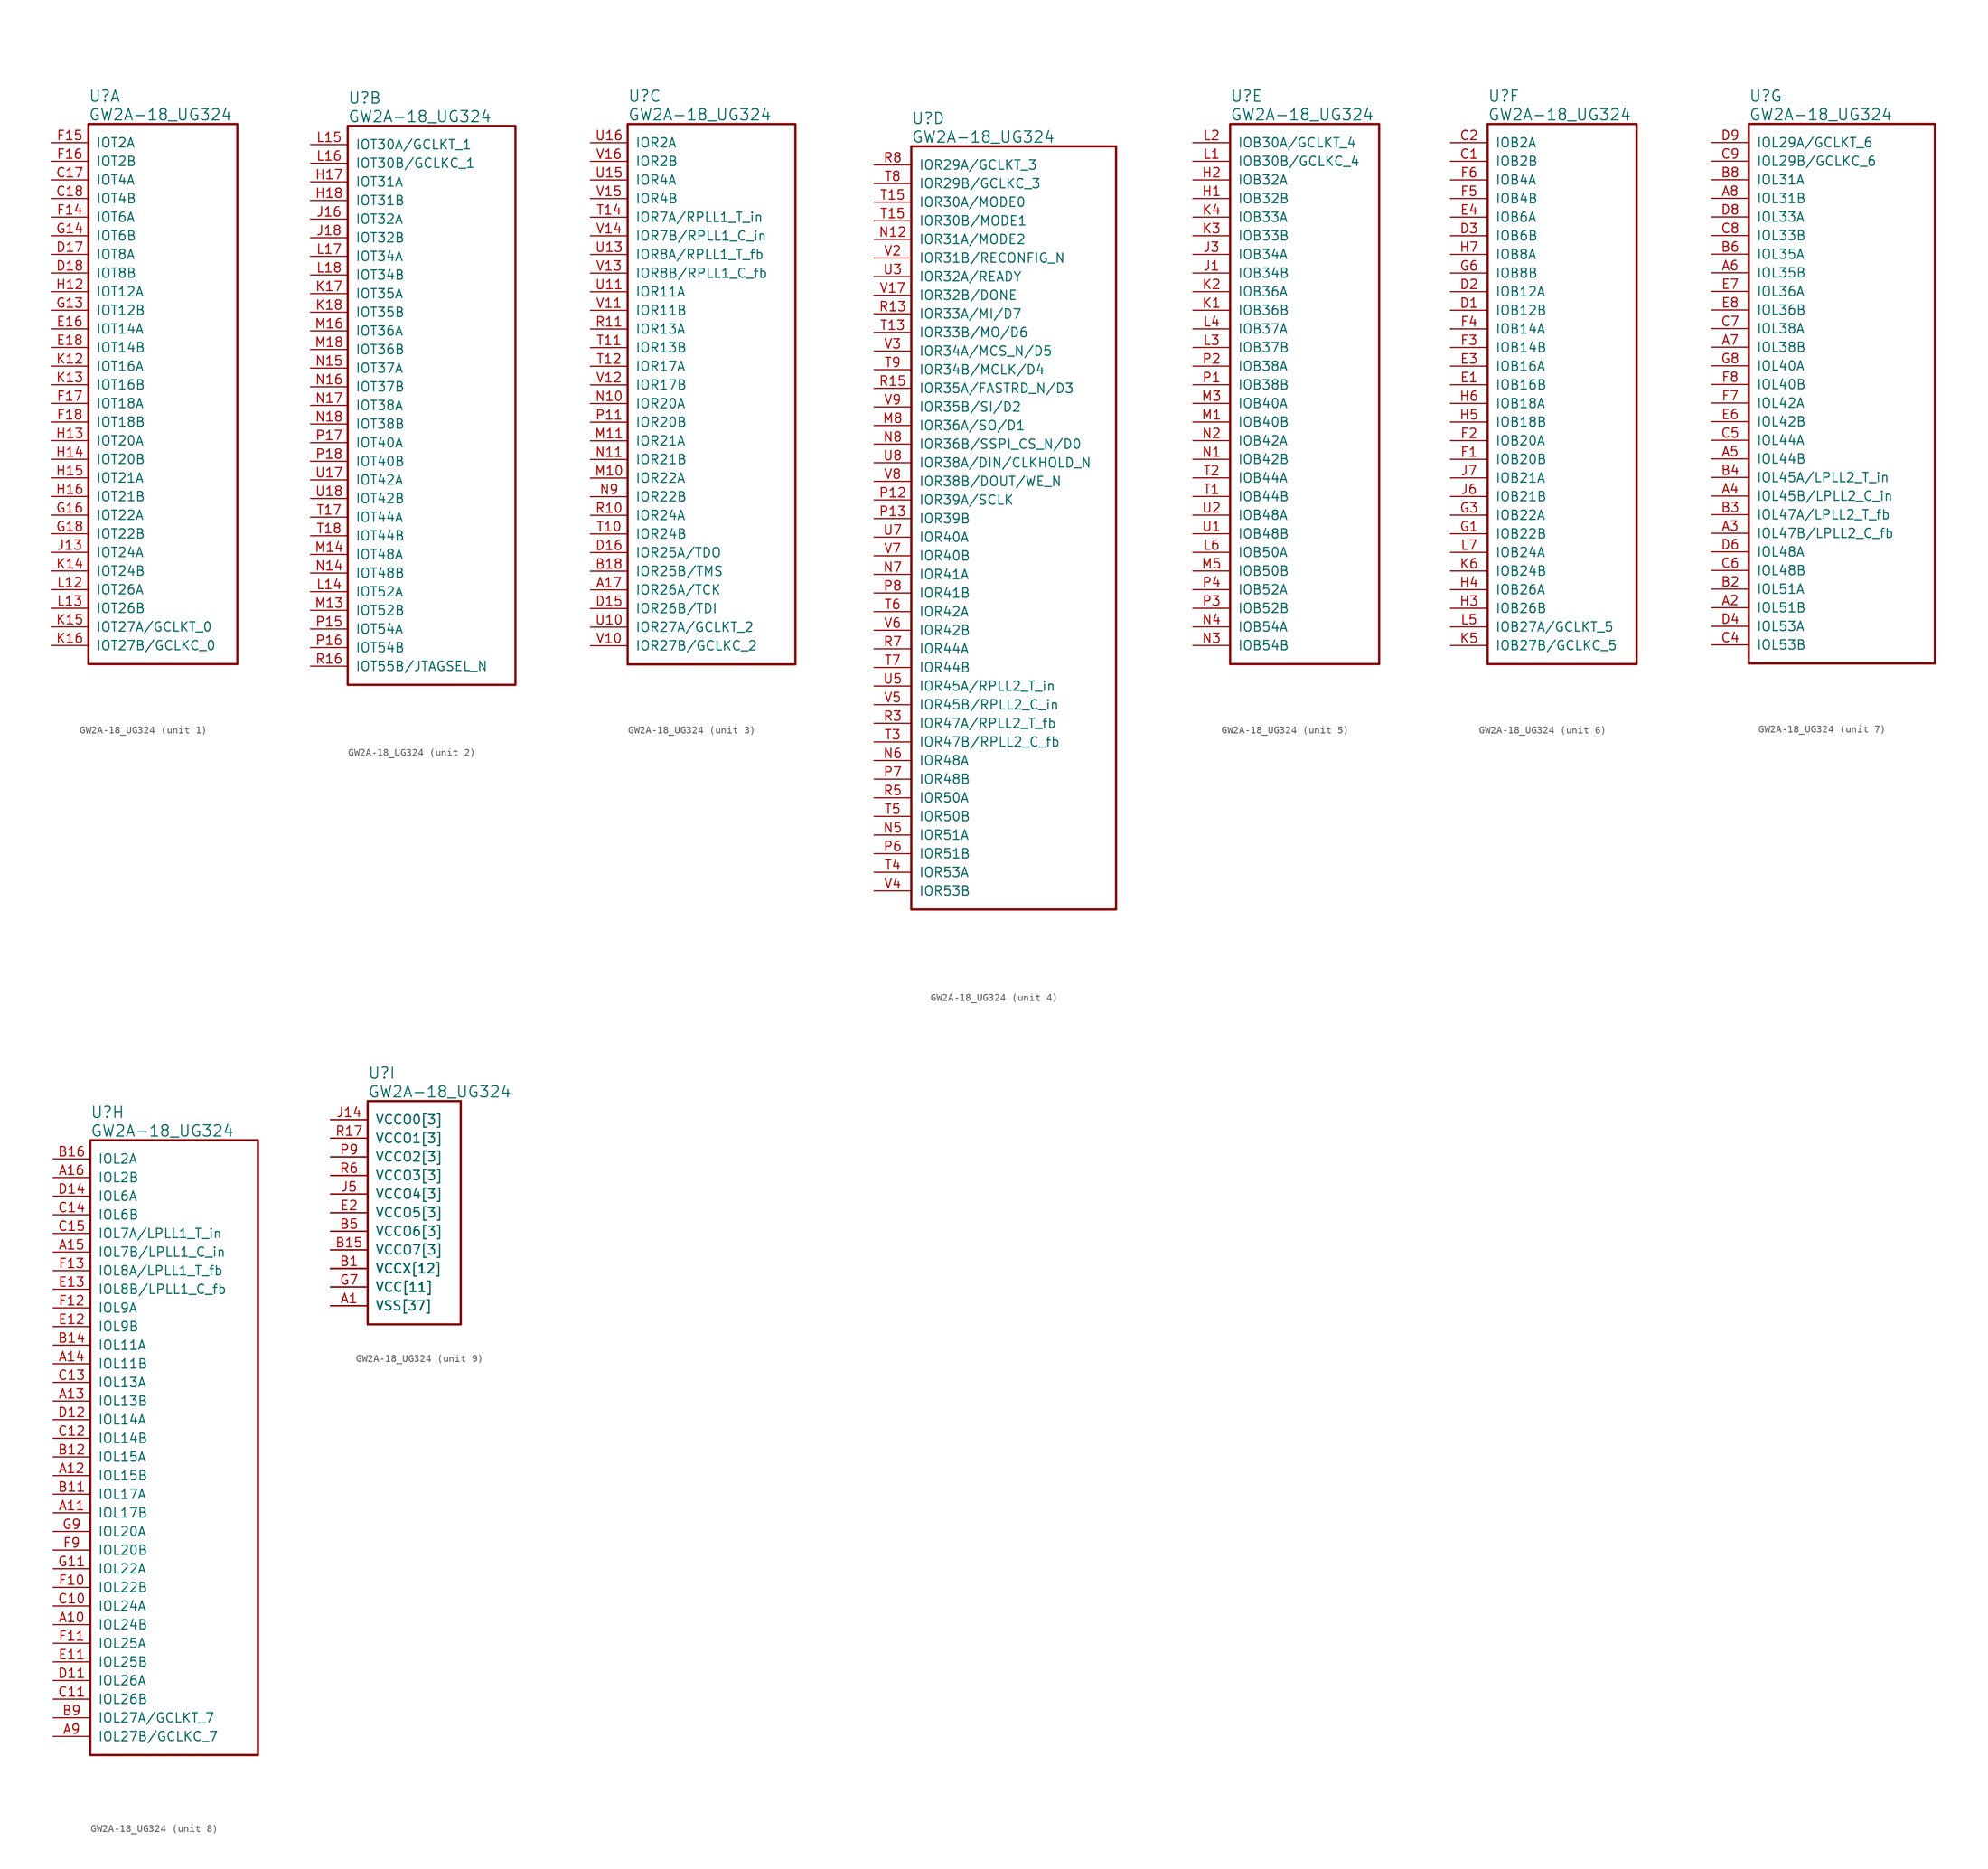
<source format=kicad_sym>
(kicad_symbol_lib
  (version 20211014)
  (generator kicad_symbol_editor)
  (symbol "GW2A-18_UG324"
    (pin_names
      (offset 1.016))
    (property "Reference" "U"
      (at 5.08 6.35 0)
      (effects (font (size 1.524 1.524)) (justify left)))
    (property "Value" "GW2A-18_UG324"
      (at 5.08 3.81 0)
      (effects (font (size 1.524 1.524)) (justify left)))
    (property "ki_locked" ""
      (at 0 0 0)
      (effects (font (size 1.27 1.27))))
    (symbol "GW2A-18_UG324_1_1"
      (rectangle (start 5.08 2.54) (end 25.4 -71.12) (stroke (width 0.305) (type default) (color 0 0 0 0)) (fill (type none)))
      (pin bidirectional line (at 0 -5.08 0) (length 5.08) (name "IOT4A" (effects (font (size 1.27 1.27)))) (number "C17" (effects (font (size 1.27 1.27)))))
      (pin bidirectional line (at 0 -7.62 0) (length 5.08) (name "IOT4B" (effects (font (size 1.27 1.27)))) (number "C18" (effects (font (size 1.27 1.27)))))
      (pin bidirectional line (at 0 -15.24 0) (length 5.08) (name "IOT8A" (effects (font (size 1.27 1.27)))) (number "D17" (effects (font (size 1.27 1.27)))))
      (pin bidirectional line (at 0 -17.78 0) (length 5.08) (name "IOT8B" (effects (font (size 1.27 1.27)))) (number "D18" (effects (font (size 1.27 1.27)))))
      (pin bidirectional line (at 0 -25.4 0) (length 5.08) (name "IOT14A" (effects (font (size 1.27 1.27)))) (number "E16" (effects (font (size 1.27 1.27)))))
      (pin bidirectional line (at 0 -27.94 0) (length 5.08) (name "IOT14B" (effects (font (size 1.27 1.27)))) (number "E18" (effects (font (size 1.27 1.27)))))
      (pin bidirectional line (at 0 -10.16 0) (length 5.08) (name "IOT6A" (effects (font (size 1.27 1.27)))) (number "F14" (effects (font (size 1.27 1.27)))))
      (pin bidirectional line (at 0 0 0) (length 5.08) (name "IOT2A" (effects (font (size 1.27 1.27)))) (number "F15" (effects (font (size 1.27 1.27)))))
      (pin bidirectional line (at 0 -2.54 0) (length 5.08) (name "IOT2B" (effects (font (size 1.27 1.27)))) (number "F16" (effects (font (size 1.27 1.27)))))
      (pin bidirectional line (at 0 -35.56 0) (length 5.08) (name "IOT18A" (effects (font (size 1.27 1.27)))) (number "F17" (effects (font (size 1.27 1.27)))))
      (pin bidirectional line (at 0 -38.1 0) (length 5.08) (name "IOT18B" (effects (font (size 1.27 1.27)))) (number "F18" (effects (font (size 1.27 1.27)))))
      (pin bidirectional line (at 0 -22.86 0) (length 5.08) (name "IOT12B" (effects (font (size 1.27 1.27)))) (number "G13" (effects (font (size 1.27 1.27)))))
      (pin bidirectional line (at 0 -12.7 0) (length 5.08) (name "IOT6B" (effects (font (size 1.27 1.27)))) (number "G14" (effects (font (size 1.27 1.27)))))
      (pin bidirectional line (at 0 -50.8 0) (length 5.08) (name "IOT22A" (effects (font (size 1.27 1.27)))) (number "G16" (effects (font (size 1.27 1.27)))))
      (pin bidirectional line (at 0 -53.34 0) (length 5.08) (name "IOT22B" (effects (font (size 1.27 1.27)))) (number "G18" (effects (font (size 1.27 1.27)))))
      (pin bidirectional line (at 0 -20.32 0) (length 5.08) (name "IOT12A" (effects (font (size 1.27 1.27)))) (number "H12" (effects (font (size 1.27 1.27)))))
      (pin bidirectional line (at 0 -40.64 0) (length 5.08) (name "IOT20A" (effects (font (size 1.27 1.27)))) (number "H13" (effects (font (size 1.27 1.27)))))
      (pin bidirectional line (at 0 -43.18 0) (length 5.08) (name "IOT20B" (effects (font (size 1.27 1.27)))) (number "H14" (effects (font (size 1.27 1.27)))))
      (pin bidirectional line (at 0 -45.72 0) (length 5.08) (name "IOT21A" (effects (font (size 1.27 1.27)))) (number "H15" (effects (font (size 1.27 1.27)))))
      (pin bidirectional line (at 0 -48.26 0) (length 5.08) (name "IOT21B" (effects (font (size 1.27 1.27)))) (number "H16" (effects (font (size 1.27 1.27)))))
      (pin bidirectional line (at 0 -55.88 0) (length 5.08) (name "IOT24A" (effects (font (size 1.27 1.27)))) (number "J13" (effects (font (size 1.27 1.27)))))
      (pin bidirectional line (at 0 -30.48 0) (length 5.08) (name "IOT16A" (effects (font (size 1.27 1.27)))) (number "K12" (effects (font (size 1.27 1.27)))))
      (pin bidirectional line (at 0 -33.02 0) (length 5.08) (name "IOT16B" (effects (font (size 1.27 1.27)))) (number "K13" (effects (font (size 1.27 1.27)))))
      (pin bidirectional line (at 0 -58.42 0) (length 5.08) (name "IOT24B" (effects (font (size 1.27 1.27)))) (number "K14" (effects (font (size 1.27 1.27)))))
      (pin bidirectional line (at 0 -66.04 0) (length 5.08) (name "IOT27A/GCLKT_0" (effects (font (size 1.27 1.27)))) (number "K15" (effects (font (size 1.27 1.27)))))
      (pin bidirectional line (at 0 -68.58 0) (length 5.08) (name "IOT27B/GCLKC_0" (effects (font (size 1.27 1.27)))) (number "K16" (effects (font (size 1.27 1.27)))))
      (pin bidirectional line (at 0 -60.96 0) (length 5.08) (name "IOT26A" (effects (font (size 1.27 1.27)))) (number "L12" (effects (font (size 1.27 1.27)))))
      (pin bidirectional line (at 0 -63.5 0) (length 5.08) (name "IOT26B" (effects (font (size 1.27 1.27)))) (number "L13" (effects (font (size 1.27 1.27))))))
    (symbol "GW2A-18_UG324_2_1"
      (rectangle (start 5.08 2.54) (end 27.94 -73.66) (stroke (width 0.305) (type default) (color 0 0 0 0)) (fill (type none)))
      (pin bidirectional line (at 0 -5.08 0) (length 5.08) (name "IOT31A" (effects (font (size 1.27 1.27)))) (number "H17" (effects (font (size 1.27 1.27)))))
      (pin bidirectional line (at 0 -7.62 0) (length 5.08) (name "IOT31B" (effects (font (size 1.27 1.27)))) (number "H18" (effects (font (size 1.27 1.27)))))
      (pin bidirectional line (at 0 -10.16 0) (length 5.08) (name "IOT32A" (effects (font (size 1.27 1.27)))) (number "J16" (effects (font (size 1.27 1.27)))))
      (pin bidirectional line (at 0 -12.7 0) (length 5.08) (name "IOT32B" (effects (font (size 1.27 1.27)))) (number "J18" (effects (font (size 1.27 1.27)))))
      (pin bidirectional line (at 0 -20.32 0) (length 5.08) (name "IOT35A" (effects (font (size 1.27 1.27)))) (number "K17" (effects (font (size 1.27 1.27)))))
      (pin bidirectional line (at 0 -22.86 0) (length 5.08) (name "IOT35B" (effects (font (size 1.27 1.27)))) (number "K18" (effects (font (size 1.27 1.27)))))
      (pin bidirectional line (at 0 -60.96 0) (length 5.08) (name "IOT52A" (effects (font (size 1.27 1.27)))) (number "L14" (effects (font (size 1.27 1.27)))))
      (pin bidirectional line (at 0 0 0) (length 5.08) (name "IOT30A/GCLKT_1" (effects (font (size 1.27 1.27)))) (number "L15" (effects (font (size 1.27 1.27)))))
      (pin bidirectional line (at 0 -2.54 0) (length 5.08) (name "IOT30B/GCLKC_1" (effects (font (size 1.27 1.27)))) (number "L16" (effects (font (size 1.27 1.27)))))
      (pin bidirectional line (at 0 -15.24 0) (length 5.08) (name "IOT34A" (effects (font (size 1.27 1.27)))) (number "L17" (effects (font (size 1.27 1.27)))))
      (pin bidirectional line (at 0 -17.78 0) (length 5.08) (name "IOT34B" (effects (font (size 1.27 1.27)))) (number "L18" (effects (font (size 1.27 1.27)))))
      (pin bidirectional line (at 0 -63.5 0) (length 5.08) (name "IOT52B" (effects (font (size 1.27 1.27)))) (number "M13" (effects (font (size 1.27 1.27)))))
      (pin bidirectional line (at 0 -55.88 0) (length 5.08) (name "IOT48A" (effects (font (size 1.27 1.27)))) (number "M14" (effects (font (size 1.27 1.27)))))
      (pin bidirectional line (at 0 -25.4 0) (length 5.08) (name "IOT36A" (effects (font (size 1.27 1.27)))) (number "M16" (effects (font (size 1.27 1.27)))))
      (pin bidirectional line (at 0 -27.94 0) (length 5.08) (name "IOT36B" (effects (font (size 1.27 1.27)))) (number "M18" (effects (font (size 1.27 1.27)))))
      (pin bidirectional line (at 0 -58.42 0) (length 5.08) (name "IOT48B" (effects (font (size 1.27 1.27)))) (number "N14" (effects (font (size 1.27 1.27)))))
      (pin bidirectional line (at 0 -30.48 0) (length 5.08) (name "IOT37A" (effects (font (size 1.27 1.27)))) (number "N15" (effects (font (size 1.27 1.27)))))
      (pin bidirectional line (at 0 -33.02 0) (length 5.08) (name "IOT37B" (effects (font (size 1.27 1.27)))) (number "N16" (effects (font (size 1.27 1.27)))))
      (pin bidirectional line (at 0 -35.56 0) (length 5.08) (name "IOT38A" (effects (font (size 1.27 1.27)))) (number "N17" (effects (font (size 1.27 1.27)))))
      (pin bidirectional line (at 0 -38.1 0) (length 5.08) (name "IOT38B" (effects (font (size 1.27 1.27)))) (number "N18" (effects (font (size 1.27 1.27)))))
      (pin bidirectional line (at 0 -66.04 0) (length 5.08) (name "IOT54A" (effects (font (size 1.27 1.27)))) (number "P15" (effects (font (size 1.27 1.27)))))
      (pin bidirectional line (at 0 -68.58 0) (length 5.08) (name "IOT54B" (effects (font (size 1.27 1.27)))) (number "P16" (effects (font (size 1.27 1.27)))))
      (pin bidirectional line (at 0 -40.64 0) (length 5.08) (name "IOT40A" (effects (font (size 1.27 1.27)))) (number "P17" (effects (font (size 1.27 1.27)))))
      (pin bidirectional line (at 0 -43.18 0) (length 5.08) (name "IOT40B" (effects (font (size 1.27 1.27)))) (number "P18" (effects (font (size 1.27 1.27)))))
      (pin bidirectional line (at 0 -71.12 0) (length 5.08) (name "IOT55B/JTAGSEL_N" (effects (font (size 1.27 1.27)))) (number "R16" (effects (font (size 1.27 1.27)))))
      (pin bidirectional line (at 0 -50.8 0) (length 5.08) (name "IOT44A" (effects (font (size 1.27 1.27)))) (number "T17" (effects (font (size 1.27 1.27)))))
      (pin bidirectional line (at 0 -53.34 0) (length 5.08) (name "IOT44B" (effects (font (size 1.27 1.27)))) (number "T18" (effects (font (size 1.27 1.27)))))
      (pin bidirectional line (at 0 -45.72 0) (length 5.08) (name "IOT42A" (effects (font (size 1.27 1.27)))) (number "U17" (effects (font (size 1.27 1.27)))))
      (pin bidirectional line (at 0 -48.26 0) (length 5.08) (name "IOT42B" (effects (font (size 1.27 1.27)))) (number "U18" (effects (font (size 1.27 1.27))))))
    (symbol "GW2A-18_UG324_3_1"
      (rectangle (start 5.08 2.54) (end 27.94 -71.12) (stroke (width 0.305) (type default) (color 0 0 0 0)) (fill (type none)))
      (pin bidirectional line (at 0 -60.96 0) (length 5.08) (name "IOR26A/TCK" (effects (font (size 1.27 1.27)))) (number "A17" (effects (font (size 1.27 1.27)))))
      (pin bidirectional line (at 0 -58.42 0) (length 5.08) (name "IOR25B/TMS" (effects (font (size 1.27 1.27)))) (number "B18" (effects (font (size 1.27 1.27)))))
      (pin bidirectional line (at 0 -63.5 0) (length 5.08) (name "IOR26B/TDI" (effects (font (size 1.27 1.27)))) (number "D15" (effects (font (size 1.27 1.27)))))
      (pin bidirectional line (at 0 -55.88 0) (length 5.08) (name "IOR25A/TDO" (effects (font (size 1.27 1.27)))) (number "D16" (effects (font (size 1.27 1.27)))))
      (pin bidirectional line (at 0 -45.72 0) (length 5.08) (name "IOR22A" (effects (font (size 1.27 1.27)))) (number "M10" (effects (font (size 1.27 1.27)))))
      (pin bidirectional line (at 0 -40.64 0) (length 5.08) (name "IOR21A" (effects (font (size 1.27 1.27)))) (number "M11" (effects (font (size 1.27 1.27)))))
      (pin bidirectional line (at 0 -35.56 0) (length 5.08) (name "IOR20A" (effects (font (size 1.27 1.27)))) (number "N10" (effects (font (size 1.27 1.27)))))
      (pin bidirectional line (at 0 -43.18 0) (length 5.08) (name "IOR21B" (effects (font (size 1.27 1.27)))) (number "N11" (effects (font (size 1.27 1.27)))))
      (pin bidirectional line (at 0 -48.26 0) (length 5.08) (name "IOR22B" (effects (font (size 1.27 1.27)))) (number "N9" (effects (font (size 1.27 1.27)))))
      (pin bidirectional line (at 0 -38.1 0) (length 5.08) (name "IOR20B" (effects (font (size 1.27 1.27)))) (number "P11" (effects (font (size 1.27 1.27)))))
      (pin bidirectional line (at 0 -50.8 0) (length 5.08) (name "IOR24A" (effects (font (size 1.27 1.27)))) (number "R10" (effects (font (size 1.27 1.27)))))
      (pin bidirectional line (at 0 -25.4 0) (length 5.08) (name "IOR13A" (effects (font (size 1.27 1.27)))) (number "R11" (effects (font (size 1.27 1.27)))))
      (pin bidirectional line (at 0 -53.34 0) (length 5.08) (name "IOR24B" (effects (font (size 1.27 1.27)))) (number "T10" (effects (font (size 1.27 1.27)))))
      (pin bidirectional line (at 0 -27.94 0) (length 5.08) (name "IOR13B" (effects (font (size 1.27 1.27)))) (number "T11" (effects (font (size 1.27 1.27)))))
      (pin bidirectional line (at 0 -30.48 0) (length 5.08) (name "IOR17A" (effects (font (size 1.27 1.27)))) (number "T12" (effects (font (size 1.27 1.27)))))
      (pin bidirectional line (at 0 -10.16 0) (length 5.08) (name "IOR7A/RPLL1_T_in" (effects (font (size 1.27 1.27)))) (number "T14" (effects (font (size 1.27 1.27)))))
      (pin bidirectional line (at 0 -66.04 0) (length 5.08) (name "IOR27A/GCLKT_2" (effects (font (size 1.27 1.27)))) (number "U10" (effects (font (size 1.27 1.27)))))
      (pin bidirectional line (at 0 -20.32 0) (length 5.08) (name "IOR11A" (effects (font (size 1.27 1.27)))) (number "U11" (effects (font (size 1.27 1.27)))))
      (pin bidirectional line (at 0 -15.24 0) (length 5.08) (name "IOR8A/RPLL1_T_fb" (effects (font (size 1.27 1.27)))) (number "U13" (effects (font (size 1.27 1.27)))))
      (pin bidirectional line (at 0 -5.08 0) (length 5.08) (name "IOR4A" (effects (font (size 1.27 1.27)))) (number "U15" (effects (font (size 1.27 1.27)))))
      (pin bidirectional line (at 0 0 0) (length 5.08) (name "IOR2A" (effects (font (size 1.27 1.27)))) (number "U16" (effects (font (size 1.27 1.27)))))
      (pin bidirectional line (at 0 -68.58 0) (length 5.08) (name "IOR27B/GCLKC_2" (effects (font (size 1.27 1.27)))) (number "V10" (effects (font (size 1.27 1.27)))))
      (pin bidirectional line (at 0 -22.86 0) (length 5.08) (name "IOR11B" (effects (font (size 1.27 1.27)))) (number "V11" (effects (font (size 1.27 1.27)))))
      (pin bidirectional line (at 0 -33.02 0) (length 5.08) (name "IOR17B" (effects (font (size 1.27 1.27)))) (number "V12" (effects (font (size 1.27 1.27)))))
      (pin bidirectional line (at 0 -17.78 0) (length 5.08) (name "IOR8B/RPLL1_C_fb" (effects (font (size 1.27 1.27)))) (number "V13" (effects (font (size 1.27 1.27)))))
      (pin bidirectional line (at 0 -12.7 0) (length 5.08) (name "IOR7B/RPLL1_C_in" (effects (font (size 1.27 1.27)))) (number "V14" (effects (font (size 1.27 1.27)))))
      (pin bidirectional line (at 0 -7.62 0) (length 5.08) (name "IOR4B" (effects (font (size 1.27 1.27)))) (number "V15" (effects (font (size 1.27 1.27)))))
      (pin bidirectional line (at 0 -2.54 0) (length 5.08) (name "IOR2B" (effects (font (size 1.27 1.27)))) (number "V16" (effects (font (size 1.27 1.27))))))
    (symbol "GW2A-18_UG324_4_1"
      (rectangle (start 5.08 2.54) (end 33.02 -101.6) (stroke (width 0.305) (type default) (color 0 0 0 0)) (fill (type none)))
      (pin bidirectional line (at 0 -35.56 0) (length 5.08) (name "IOR36A/SO/D1" (effects (font (size 1.27 1.27)))) (number "M8" (effects (font (size 1.27 1.27)))))
      (pin bidirectional line (at 0 -10.16 0) (length 5.08) (name "IOR31A/MODE2" (effects (font (size 1.27 1.27)))) (number "N12" (effects (font (size 1.27 1.27)))))
      (pin bidirectional line (at 0 -91.44 0) (length 5.08) (name "IOR51A" (effects (font (size 1.27 1.27)))) (number "N5" (effects (font (size 1.27 1.27)))))
      (pin bidirectional line (at 0 -81.28 0) (length 5.08) (name "IOR48A" (effects (font (size 1.27 1.27)))) (number "N6" (effects (font (size 1.27 1.27)))))
      (pin bidirectional line (at 0 -55.88 0) (length 5.08) (name "IOR41A" (effects (font (size 1.27 1.27)))) (number "N7" (effects (font (size 1.27 1.27)))))
      (pin bidirectional line (at 0 -38.1 0) (length 5.08) (name "IOR36B/SSPI_CS_N/D0" (effects (font (size 1.27 1.27)))) (number "N8" (effects (font (size 1.27 1.27)))))
      (pin bidirectional line (at 0 -45.72 0) (length 5.08) (name "IOR39A/SCLK" (effects (font (size 1.27 1.27)))) (number "P12" (effects (font (size 1.27 1.27)))))
      (pin bidirectional line (at 0 -48.26 0) (length 5.08) (name "IOR39B" (effects (font (size 1.27 1.27)))) (number "P13" (effects (font (size 1.27 1.27)))))
      (pin bidirectional line (at 0 -93.98 0) (length 5.08) (name "IOR51B" (effects (font (size 1.27 1.27)))) (number "P6" (effects (font (size 1.27 1.27)))))
      (pin bidirectional line (at 0 -83.82 0) (length 5.08) (name "IOR48B" (effects (font (size 1.27 1.27)))) (number "P7" (effects (font (size 1.27 1.27)))))
      (pin bidirectional line (at 0 -58.42 0) (length 5.08) (name "IOR41B" (effects (font (size 1.27 1.27)))) (number "P8" (effects (font (size 1.27 1.27)))))
      (pin bidirectional line (at 0 -20.32 0) (length 5.08) (name "IOR33A/MI/D7" (effects (font (size 1.27 1.27)))) (number "R13" (effects (font (size 1.27 1.27)))))
      (pin bidirectional line (at 0 -30.48 0) (length 5.08) (name "IOR35A/FASTRD_N/D3" (effects (font (size 1.27 1.27)))) (number "R15" (effects (font (size 1.27 1.27)))))
      (pin bidirectional line (at 0 -76.2 0) (length 5.08) (name "IOR47A/RPLL2_T_fb" (effects (font (size 1.27 1.27)))) (number "R3" (effects (font (size 1.27 1.27)))))
      (pin bidirectional line (at 0 -86.36 0) (length 5.08) (name "IOR50A" (effects (font (size 1.27 1.27)))) (number "R5" (effects (font (size 1.27 1.27)))))
      (pin bidirectional line (at 0 -66.04 0) (length 5.08) (name "IOR44A" (effects (font (size 1.27 1.27)))) (number "R7" (effects (font (size 1.27 1.27)))))
      (pin bidirectional line (at 0 0 0) (length 5.08) (name "IOR29A/GCLKT_3" (effects (font (size 1.27 1.27)))) (number "R8" (effects (font (size 1.27 1.27)))))
      (pin bidirectional line (at 0 -22.86 0) (length 5.08) (name "IOR33B/MO/D6" (effects (font (size 1.27 1.27)))) (number "T13" (effects (font (size 1.27 1.27)))))
      (pin bidirectional line (at 0 -5.08 0) (length 5.08) (name "IOR30A/MODE0" (effects (font (size 1.27 1.27)))) (number "T15" (effects (font (size 1.27 1.27)))))
      (pin bidirectional line (at 0 -7.62 0) (length 5.08) (name "IOR30B/MODE1" (effects (font (size 1.27 1.27)))) (number "T15" (effects (font (size 1.27 1.27)))))
      (pin bidirectional line (at 0 -78.74 0) (length 5.08) (name "IOR47B/RPLL2_C_fb" (effects (font (size 1.27 1.27)))) (number "T3" (effects (font (size 1.27 1.27)))))
      (pin bidirectional line (at 0 -96.52 0) (length 5.08) (name "IOR53A" (effects (font (size 1.27 1.27)))) (number "T4" (effects (font (size 1.27 1.27)))))
      (pin bidirectional line (at 0 -88.9 0) (length 5.08) (name "IOR50B" (effects (font (size 1.27 1.27)))) (number "T5" (effects (font (size 1.27 1.27)))))
      (pin bidirectional line (at 0 -60.96 0) (length 5.08) (name "IOR42A" (effects (font (size 1.27 1.27)))) (number "T6" (effects (font (size 1.27 1.27)))))
      (pin bidirectional line (at 0 -68.58 0) (length 5.08) (name "IOR44B" (effects (font (size 1.27 1.27)))) (number "T7" (effects (font (size 1.27 1.27)))))
      (pin bidirectional line (at 0 -2.54 0) (length 5.08) (name "IOR29B/GCLKC_3" (effects (font (size 1.27 1.27)))) (number "T8" (effects (font (size 1.27 1.27)))))
      (pin bidirectional line (at 0 -27.94 0) (length 5.08) (name "IOR34B/MCLK/D4" (effects (font (size 1.27 1.27)))) (number "T9" (effects (font (size 1.27 1.27)))))
      (pin bidirectional line (at 0 -15.24 0) (length 5.08) (name "IOR32A/READY" (effects (font (size 1.27 1.27)))) (number "U3" (effects (font (size 1.27 1.27)))))
      (pin bidirectional line (at 0 -71.12 0) (length 5.08) (name "IOR45A/RPLL2_T_in" (effects (font (size 1.27 1.27)))) (number "U5" (effects (font (size 1.27 1.27)))))
      (pin bidirectional line (at 0 -50.8 0) (length 5.08) (name "IOR40A" (effects (font (size 1.27 1.27)))) (number "U7" (effects (font (size 1.27 1.27)))))
      (pin bidirectional line (at 0 -40.64 0) (length 5.08) (name "IOR38A/DIN/CLKHOLD_N" (effects (font (size 1.27 1.27)))) (number "U8" (effects (font (size 1.27 1.27)))))
      (pin bidirectional line (at 0 -17.78 0) (length 5.08) (name "IOR32B/DONE" (effects (font (size 1.27 1.27)))) (number "V17" (effects (font (size 1.27 1.27)))))
      (pin bidirectional line (at 0 -12.7 0) (length 5.08) (name "IOR31B/RECONFIG_N" (effects (font (size 1.27 1.27)))) (number "V2" (effects (font (size 1.27 1.27)))))
      (pin bidirectional line (at 0 -25.4 0) (length 5.08) (name "IOR34A/MCS_N/D5" (effects (font (size 1.27 1.27)))) (number "V3" (effects (font (size 1.27 1.27)))))
      (pin bidirectional line (at 0 -99.06 0) (length 5.08) (name "IOR53B" (effects (font (size 1.27 1.27)))) (number "V4" (effects (font (size 1.27 1.27)))))
      (pin bidirectional line (at 0 -73.66 0) (length 5.08) (name "IOR45B/RPLL2_C_in" (effects (font (size 1.27 1.27)))) (number "V5" (effects (font (size 1.27 1.27)))))
      (pin bidirectional line (at 0 -63.5 0) (length 5.08) (name "IOR42B" (effects (font (size 1.27 1.27)))) (number "V6" (effects (font (size 1.27 1.27)))))
      (pin bidirectional line (at 0 -53.34 0) (length 5.08) (name "IOR40B" (effects (font (size 1.27 1.27)))) (number "V7" (effects (font (size 1.27 1.27)))))
      (pin bidirectional line (at 0 -43.18 0) (length 5.08) (name "IOR38B/DOUT/WE_N" (effects (font (size 1.27 1.27)))) (number "V8" (effects (font (size 1.27 1.27)))))
      (pin bidirectional line (at 0 -33.02 0) (length 5.08) (name "IOR35B/SI/D2" (effects (font (size 1.27 1.27)))) (number "V9" (effects (font (size 1.27 1.27))))))
    (symbol "GW2A-18_UG324_5_1"
      (rectangle (start 5.08 2.54) (end 25.4 -71.12) (stroke (width 0.305) (type default) (color 0 0 0 0)) (fill (type none)))
      (pin bidirectional line (at 0 -7.62 0) (length 5.08) (name "IOB32B" (effects (font (size 1.27 1.27)))) (number "H1" (effects (font (size 1.27 1.27)))))
      (pin bidirectional line (at 0 -5.08 0) (length 5.08) (name "IOB32A" (effects (font (size 1.27 1.27)))) (number "H2" (effects (font (size 1.27 1.27)))))
      (pin bidirectional line (at 0 -17.78 0) (length 5.08) (name "IOB34B" (effects (font (size 1.27 1.27)))) (number "J1" (effects (font (size 1.27 1.27)))))
      (pin bidirectional line (at 0 -15.24 0) (length 5.08) (name "IOB34A" (effects (font (size 1.27 1.27)))) (number "J3" (effects (font (size 1.27 1.27)))))
      (pin bidirectional line (at 0 -22.86 0) (length 5.08) (name "IOB36B" (effects (font (size 1.27 1.27)))) (number "K1" (effects (font (size 1.27 1.27)))))
      (pin bidirectional line (at 0 -20.32 0) (length 5.08) (name "IOB36A" (effects (font (size 1.27 1.27)))) (number "K2" (effects (font (size 1.27 1.27)))))
      (pin bidirectional line (at 0 -12.7 0) (length 5.08) (name "IOB33B" (effects (font (size 1.27 1.27)))) (number "K3" (effects (font (size 1.27 1.27)))))
      (pin bidirectional line (at 0 -10.16 0) (length 5.08) (name "IOB33A" (effects (font (size 1.27 1.27)))) (number "K4" (effects (font (size 1.27 1.27)))))
      (pin bidirectional line (at 0 -2.54 0) (length 5.08) (name "IOB30B/GCLKC_4" (effects (font (size 1.27 1.27)))) (number "L1" (effects (font (size 1.27 1.27)))))
      (pin bidirectional line (at 0 0 0) (length 5.08) (name "IOB30A/GCLKT_4" (effects (font (size 1.27 1.27)))) (number "L2" (effects (font (size 1.27 1.27)))))
      (pin bidirectional line (at 0 -27.94 0) (length 5.08) (name "IOB37B" (effects (font (size 1.27 1.27)))) (number "L3" (effects (font (size 1.27 1.27)))))
      (pin bidirectional line (at 0 -25.4 0) (length 5.08) (name "IOB37A" (effects (font (size 1.27 1.27)))) (number "L4" (effects (font (size 1.27 1.27)))))
      (pin bidirectional line (at 0 -55.88 0) (length 5.08) (name "IOB50A" (effects (font (size 1.27 1.27)))) (number "L6" (effects (font (size 1.27 1.27)))))
      (pin bidirectional line (at 0 -38.1 0) (length 5.08) (name "IOB40B" (effects (font (size 1.27 1.27)))) (number "M1" (effects (font (size 1.27 1.27)))))
      (pin bidirectional line (at 0 -35.56 0) (length 5.08) (name "IOB40A" (effects (font (size 1.27 1.27)))) (number "M3" (effects (font (size 1.27 1.27)))))
      (pin bidirectional line (at 0 -58.42 0) (length 5.08) (name "IOB50B" (effects (font (size 1.27 1.27)))) (number "M5" (effects (font (size 1.27 1.27)))))
      (pin bidirectional line (at 0 -43.18 0) (length 5.08) (name "IOB42B" (effects (font (size 1.27 1.27)))) (number "N1" (effects (font (size 1.27 1.27)))))
      (pin bidirectional line (at 0 -40.64 0) (length 5.08) (name "IOB42A" (effects (font (size 1.27 1.27)))) (number "N2" (effects (font (size 1.27 1.27)))))
      (pin bidirectional line (at 0 -68.58 0) (length 5.08) (name "IOB54B" (effects (font (size 1.27 1.27)))) (number "N3" (effects (font (size 1.27 1.27)))))
      (pin bidirectional line (at 0 -66.04 0) (length 5.08) (name "IOB54A" (effects (font (size 1.27 1.27)))) (number "N4" (effects (font (size 1.27 1.27)))))
      (pin bidirectional line (at 0 -33.02 0) (length 5.08) (name "IOB38B" (effects (font (size 1.27 1.27)))) (number "P1" (effects (font (size 1.27 1.27)))))
      (pin bidirectional line (at 0 -30.48 0) (length 5.08) (name "IOB38A" (effects (font (size 1.27 1.27)))) (number "P2" (effects (font (size 1.27 1.27)))))
      (pin bidirectional line (at 0 -63.5 0) (length 5.08) (name "IOB52B" (effects (font (size 1.27 1.27)))) (number "P3" (effects (font (size 1.27 1.27)))))
      (pin bidirectional line (at 0 -60.96 0) (length 5.08) (name "IOB52A" (effects (font (size 1.27 1.27)))) (number "P4" (effects (font (size 1.27 1.27)))))
      (pin bidirectional line (at 0 -48.26 0) (length 5.08) (name "IOB44B" (effects (font (size 1.27 1.27)))) (number "T1" (effects (font (size 1.27 1.27)))))
      (pin bidirectional line (at 0 -45.72 0) (length 5.08) (name "IOB44A" (effects (font (size 1.27 1.27)))) (number "T2" (effects (font (size 1.27 1.27)))))
      (pin bidirectional line (at 0 -53.34 0) (length 5.08) (name "IOB48B" (effects (font (size 1.27 1.27)))) (number "U1" (effects (font (size 1.27 1.27)))))
      (pin bidirectional line (at 0 -50.8 0) (length 5.08) (name "IOB48A" (effects (font (size 1.27 1.27)))) (number "U2" (effects (font (size 1.27 1.27))))))
    (symbol "GW2A-18_UG324_6_1"
      (rectangle (start 5.08 2.54) (end 25.4 -71.12) (stroke (width 0.305) (type default) (color 0 0 0 0)) (fill (type none)))
      (pin bidirectional line (at 0 -2.54 0) (length 5.08) (name "IOB2B" (effects (font (size 1.27 1.27)))) (number "C1" (effects (font (size 1.27 1.27)))))
      (pin bidirectional line (at 0 0 0) (length 5.08) (name "IOB2A" (effects (font (size 1.27 1.27)))) (number "C2" (effects (font (size 1.27 1.27)))))
      (pin bidirectional line (at 0 -22.86 0) (length 5.08) (name "IOB12B" (effects (font (size 1.27 1.27)))) (number "D1" (effects (font (size 1.27 1.27)))))
      (pin bidirectional line (at 0 -20.32 0) (length 5.08) (name "IOB12A" (effects (font (size 1.27 1.27)))) (number "D2" (effects (font (size 1.27 1.27)))))
      (pin bidirectional line (at 0 -12.7 0) (length 5.08) (name "IOB6B" (effects (font (size 1.27 1.27)))) (number "D3" (effects (font (size 1.27 1.27)))))
      (pin bidirectional line (at 0 -33.02 0) (length 5.08) (name "IOB16B" (effects (font (size 1.27 1.27)))) (number "E1" (effects (font (size 1.27 1.27)))))
      (pin bidirectional line (at 0 -30.48 0) (length 5.08) (name "IOB16A" (effects (font (size 1.27 1.27)))) (number "E3" (effects (font (size 1.27 1.27)))))
      (pin bidirectional line (at 0 -10.16 0) (length 5.08) (name "IOB6A" (effects (font (size 1.27 1.27)))) (number "E4" (effects (font (size 1.27 1.27)))))
      (pin bidirectional line (at 0 -43.18 0) (length 5.08) (name "IOB20B" (effects (font (size 1.27 1.27)))) (number "F1" (effects (font (size 1.27 1.27)))))
      (pin bidirectional line (at 0 -40.64 0) (length 5.08) (name "IOB20A" (effects (font (size 1.27 1.27)))) (number "F2" (effects (font (size 1.27 1.27)))))
      (pin bidirectional line (at 0 -27.94 0) (length 5.08) (name "IOB14B" (effects (font (size 1.27 1.27)))) (number "F3" (effects (font (size 1.27 1.27)))))
      (pin bidirectional line (at 0 -25.4 0) (length 5.08) (name "IOB14A" (effects (font (size 1.27 1.27)))) (number "F4" (effects (font (size 1.27 1.27)))))
      (pin bidirectional line (at 0 -7.62 0) (length 5.08) (name "IOB4B" (effects (font (size 1.27 1.27)))) (number "F5" (effects (font (size 1.27 1.27)))))
      (pin bidirectional line (at 0 -5.08 0) (length 5.08) (name "IOB4A" (effects (font (size 1.27 1.27)))) (number "F6" (effects (font (size 1.27 1.27)))))
      (pin bidirectional line (at 0 -53.34 0) (length 5.08) (name "IOB22B" (effects (font (size 1.27 1.27)))) (number "G1" (effects (font (size 1.27 1.27)))))
      (pin bidirectional line (at 0 -50.8 0) (length 5.08) (name "IOB22A" (effects (font (size 1.27 1.27)))) (number "G3" (effects (font (size 1.27 1.27)))))
      (pin bidirectional line (at 0 -17.78 0) (length 5.08) (name "IOB8B" (effects (font (size 1.27 1.27)))) (number "G6" (effects (font (size 1.27 1.27)))))
      (pin bidirectional line (at 0 -63.5 0) (length 5.08) (name "IOB26B" (effects (font (size 1.27 1.27)))) (number "H3" (effects (font (size 1.27 1.27)))))
      (pin bidirectional line (at 0 -60.96 0) (length 5.08) (name "IOB26A" (effects (font (size 1.27 1.27)))) (number "H4" (effects (font (size 1.27 1.27)))))
      (pin bidirectional line (at 0 -38.1 0) (length 5.08) (name "IOB18B" (effects (font (size 1.27 1.27)))) (number "H5" (effects (font (size 1.27 1.27)))))
      (pin bidirectional line (at 0 -35.56 0) (length 5.08) (name "IOB18A" (effects (font (size 1.27 1.27)))) (number "H6" (effects (font (size 1.27 1.27)))))
      (pin bidirectional line (at 0 -15.24 0) (length 5.08) (name "IOB8A" (effects (font (size 1.27 1.27)))) (number "H7" (effects (font (size 1.27 1.27)))))
      (pin bidirectional line (at 0 -48.26 0) (length 5.08) (name "IOB21B" (effects (font (size 1.27 1.27)))) (number "J6" (effects (font (size 1.27 1.27)))))
      (pin bidirectional line (at 0 -45.72 0) (length 5.08) (name "IOB21A" (effects (font (size 1.27 1.27)))) (number "J7" (effects (font (size 1.27 1.27)))))
      (pin bidirectional line (at 0 -68.58 0) (length 5.08) (name "IOB27B/GCLKC_5" (effects (font (size 1.27 1.27)))) (number "K5" (effects (font (size 1.27 1.27)))))
      (pin bidirectional line (at 0 -58.42 0) (length 5.08) (name "IOB24B" (effects (font (size 1.27 1.27)))) (number "K6" (effects (font (size 1.27 1.27)))))
      (pin bidirectional line (at 0 -66.04 0) (length 5.08) (name "IOB27A/GCLKT_5" (effects (font (size 1.27 1.27)))) (number "L5" (effects (font (size 1.27 1.27)))))
      (pin bidirectional line (at 0 -55.88 0) (length 5.08) (name "IOB24A" (effects (font (size 1.27 1.27)))) (number "L7" (effects (font (size 1.27 1.27))))))
    (symbol "GW2A-18_UG324_7_1"
      (rectangle (start 5.08 2.54) (end 30.48 -71.12) (stroke (width 0.305) (type default) (color 0 0 0 0)) (fill (type none)))
      (pin bidirectional line (at 0 -63.5 0) (length 5.08) (name "IOL51B" (effects (font (size 1.27 1.27)))) (number "A2" (effects (font (size 1.27 1.27)))))
      (pin bidirectional line (at 0 -53.34 0) (length 5.08) (name "IOL47B/LPLL2_C_fb" (effects (font (size 1.27 1.27)))) (number "A3" (effects (font (size 1.27 1.27)))))
      (pin bidirectional line (at 0 -48.26 0) (length 5.08) (name "IOL45B/LPLL2_C_in" (effects (font (size 1.27 1.27)))) (number "A4" (effects (font (size 1.27 1.27)))))
      (pin bidirectional line (at 0 -43.18 0) (length 5.08) (name "IOL44B" (effects (font (size 1.27 1.27)))) (number "A5" (effects (font (size 1.27 1.27)))))
      (pin bidirectional line (at 0 -17.78 0) (length 5.08) (name "IOL35B" (effects (font (size 1.27 1.27)))) (number "A6" (effects (font (size 1.27 1.27)))))
      (pin bidirectional line (at 0 -27.94 0) (length 5.08) (name "IOL38B" (effects (font (size 1.27 1.27)))) (number "A7" (effects (font (size 1.27 1.27)))))
      (pin bidirectional line (at 0 -7.62 0) (length 5.08) (name "IOL31B" (effects (font (size 1.27 1.27)))) (number "A8" (effects (font (size 1.27 1.27)))))
      (pin bidirectional line (at 0 -60.96 0) (length 5.08) (name "IOL51A" (effects (font (size 1.27 1.27)))) (number "B2" (effects (font (size 1.27 1.27)))))
      (pin bidirectional line (at 0 -50.8 0) (length 5.08) (name "IOL47A/LPLL2_T_fb" (effects (font (size 1.27 1.27)))) (number "B3" (effects (font (size 1.27 1.27)))))
      (pin bidirectional line (at 0 -45.72 0) (length 5.08) (name "IOL45A/LPLL2_T_in" (effects (font (size 1.27 1.27)))) (number "B4" (effects (font (size 1.27 1.27)))))
      (pin bidirectional line (at 0 -15.24 0) (length 5.08) (name "IOL35A" (effects (font (size 1.27 1.27)))) (number "B6" (effects (font (size 1.27 1.27)))))
      (pin bidirectional line (at 0 -5.08 0) (length 5.08) (name "IOL31A" (effects (font (size 1.27 1.27)))) (number "B8" (effects (font (size 1.27 1.27)))))
      (pin bidirectional line (at 0 -68.58 0) (length 5.08) (name "IOL53B" (effects (font (size 1.27 1.27)))) (number "C4" (effects (font (size 1.27 1.27)))))
      (pin bidirectional line (at 0 -40.64 0) (length 5.08) (name "IOL44A" (effects (font (size 1.27 1.27)))) (number "C5" (effects (font (size 1.27 1.27)))))
      (pin bidirectional line (at 0 -58.42 0) (length 5.08) (name "IOL48B" (effects (font (size 1.27 1.27)))) (number "C6" (effects (font (size 1.27 1.27)))))
      (pin bidirectional line (at 0 -25.4 0) (length 5.08) (name "IOL38A" (effects (font (size 1.27 1.27)))) (number "C7" (effects (font (size 1.27 1.27)))))
      (pin bidirectional line (at 0 -12.7 0) (length 5.08) (name "IOL33B" (effects (font (size 1.27 1.27)))) (number "C8" (effects (font (size 1.27 1.27)))))
      (pin bidirectional line (at 0 -2.54 0) (length 5.08) (name "IOL29B/GCLKC_6" (effects (font (size 1.27 1.27)))) (number "C9" (effects (font (size 1.27 1.27)))))
      (pin bidirectional line (at 0 -66.04 0) (length 5.08) (name "IOL53A" (effects (font (size 1.27 1.27)))) (number "D4" (effects (font (size 1.27 1.27)))))
      (pin bidirectional line (at 0 -55.88 0) (length 5.08) (name "IOL48A" (effects (font (size 1.27 1.27)))) (number "D6" (effects (font (size 1.27 1.27)))))
      (pin bidirectional line (at 0 -10.16 0) (length 5.08) (name "IOL33A" (effects (font (size 1.27 1.27)))) (number "D8" (effects (font (size 1.27 1.27)))))
      (pin bidirectional line (at 0 0 0) (length 5.08) (name "IOL29A/GCLKT_6" (effects (font (size 1.27 1.27)))) (number "D9" (effects (font (size 1.27 1.27)))))
      (pin bidirectional line (at 0 -38.1 0) (length 5.08) (name "IOL42B" (effects (font (size 1.27 1.27)))) (number "E6" (effects (font (size 1.27 1.27)))))
      (pin bidirectional line (at 0 -20.32 0) (length 5.08) (name "IOL36A" (effects (font (size 1.27 1.27)))) (number "E7" (effects (font (size 1.27 1.27)))))
      (pin bidirectional line (at 0 -22.86 0) (length 5.08) (name "IOL36B" (effects (font (size 1.27 1.27)))) (number "E8" (effects (font (size 1.27 1.27)))))
      (pin bidirectional line (at 0 -35.56 0) (length 5.08) (name "IOL42A" (effects (font (size 1.27 1.27)))) (number "F7" (effects (font (size 1.27 1.27)))))
      (pin bidirectional line (at 0 -33.02 0) (length 5.08) (name "IOL40B" (effects (font (size 1.27 1.27)))) (number "F8" (effects (font (size 1.27 1.27)))))
      (pin bidirectional line (at 0 -30.48 0) (length 5.08) (name "IOL40A" (effects (font (size 1.27 1.27)))) (number "G8" (effects (font (size 1.27 1.27))))))
    (symbol "GW2A-18_UG324_8_1"
      (rectangle (start 5.08 2.54) (end 27.94 -81.28) (stroke (width 0.305) (type default) (color 0 0 0 0)) (fill (type none)))
      (pin bidirectional line (at 0 -63.5 0) (length 5.08) (name "IOL24B" (effects (font (size 1.27 1.27)))) (number "A10" (effects (font (size 1.27 1.27)))))
      (pin bidirectional line (at 0 -48.26 0) (length 5.08) (name "IOL17B" (effects (font (size 1.27 1.27)))) (number "A11" (effects (font (size 1.27 1.27)))))
      (pin bidirectional line (at 0 -43.18 0) (length 5.08) (name "IOL15B" (effects (font (size 1.27 1.27)))) (number "A12" (effects (font (size 1.27 1.27)))))
      (pin bidirectional line (at 0 -33.02 0) (length 5.08) (name "IOL13B" (effects (font (size 1.27 1.27)))) (number "A13" (effects (font (size 1.27 1.27)))))
      (pin bidirectional line (at 0 -27.94 0) (length 5.08) (name "IOL11B" (effects (font (size 1.27 1.27)))) (number "A14" (effects (font (size 1.27 1.27)))))
      (pin bidirectional line (at 0 -12.7 0) (length 5.08) (name "IOL7B/LPLL1_C_in" (effects (font (size 1.27 1.27)))) (number "A15" (effects (font (size 1.27 1.27)))))
      (pin bidirectional line (at 0 -2.54 0) (length 5.08) (name "IOL2B" (effects (font (size 1.27 1.27)))) (number "A16" (effects (font (size 1.27 1.27)))))
      (pin bidirectional line (at 0 -78.74 0) (length 5.08) (name "IOL27B/GCLKC_7" (effects (font (size 1.27 1.27)))) (number "A9" (effects (font (size 1.27 1.27)))))
      (pin bidirectional line (at 0 -45.72 0) (length 5.08) (name "IOL17A" (effects (font (size 1.27 1.27)))) (number "B11" (effects (font (size 1.27 1.27)))))
      (pin bidirectional line (at 0 -40.64 0) (length 5.08) (name "IOL15A" (effects (font (size 1.27 1.27)))) (number "B12" (effects (font (size 1.27 1.27)))))
      (pin bidirectional line (at 0 -25.4 0) (length 5.08) (name "IOL11A" (effects (font (size 1.27 1.27)))) (number "B14" (effects (font (size 1.27 1.27)))))
      (pin bidirectional line (at 0 0 0) (length 5.08) (name "IOL2A" (effects (font (size 1.27 1.27)))) (number "B16" (effects (font (size 1.27 1.27)))))
      (pin bidirectional line (at 0 -76.2 0) (length 5.08) (name "IOL27A/GCLKT_7" (effects (font (size 1.27 1.27)))) (number "B9" (effects (font (size 1.27 1.27)))))
      (pin bidirectional line (at 0 -60.96 0) (length 5.08) (name "IOL24A" (effects (font (size 1.27 1.27)))) (number "C10" (effects (font (size 1.27 1.27)))))
      (pin bidirectional line (at 0 -73.66 0) (length 5.08) (name "IOL26B" (effects (font (size 1.27 1.27)))) (number "C11" (effects (font (size 1.27 1.27)))))
      (pin bidirectional line (at 0 -38.1 0) (length 5.08) (name "IOL14B" (effects (font (size 1.27 1.27)))) (number "C12" (effects (font (size 1.27 1.27)))))
      (pin bidirectional line (at 0 -30.48 0) (length 5.08) (name "IOL13A" (effects (font (size 1.27 1.27)))) (number "C13" (effects (font (size 1.27 1.27)))))
      (pin bidirectional line (at 0 -7.62 0) (length 5.08) (name "IOL6B" (effects (font (size 1.27 1.27)))) (number "C14" (effects (font (size 1.27 1.27)))))
      (pin bidirectional line (at 0 -10.16 0) (length 5.08) (name "IOL7A/LPLL1_T_in" (effects (font (size 1.27 1.27)))) (number "C15" (effects (font (size 1.27 1.27)))))
      (pin bidirectional line (at 0 -71.12 0) (length 5.08) (name "IOL26A" (effects (font (size 1.27 1.27)))) (number "D11" (effects (font (size 1.27 1.27)))))
      (pin bidirectional line (at 0 -35.56 0) (length 5.08) (name "IOL14A" (effects (font (size 1.27 1.27)))) (number "D12" (effects (font (size 1.27 1.27)))))
      (pin bidirectional line (at 0 -5.08 0) (length 5.08) (name "IOL6A" (effects (font (size 1.27 1.27)))) (number "D14" (effects (font (size 1.27 1.27)))))
      (pin bidirectional line (at 0 -68.58 0) (length 5.08) (name "IOL25B" (effects (font (size 1.27 1.27)))) (number "E11" (effects (font (size 1.27 1.27)))))
      (pin bidirectional line (at 0 -22.86 0) (length 5.08) (name "IOL9B" (effects (font (size 1.27 1.27)))) (number "E12" (effects (font (size 1.27 1.27)))))
      (pin bidirectional line (at 0 -17.78 0) (length 5.08) (name "IOL8B/LPLL1_C_fb" (effects (font (size 1.27 1.27)))) (number "E13" (effects (font (size 1.27 1.27)))))
      (pin bidirectional line (at 0 -58.42 0) (length 5.08) (name "IOL22B" (effects (font (size 1.27 1.27)))) (number "F10" (effects (font (size 1.27 1.27)))))
      (pin bidirectional line (at 0 -66.04 0) (length 5.08) (name "IOL25A" (effects (font (size 1.27 1.27)))) (number "F11" (effects (font (size 1.27 1.27)))))
      (pin bidirectional line (at 0 -20.32 0) (length 5.08) (name "IOL9A" (effects (font (size 1.27 1.27)))) (number "F12" (effects (font (size 1.27 1.27)))))
      (pin bidirectional line (at 0 -15.24 0) (length 5.08) (name "IOL8A/LPLL1_T_fb" (effects (font (size 1.27 1.27)))) (number "F13" (effects (font (size 1.27 1.27)))))
      (pin bidirectional line (at 0 -53.34 0) (length 5.08) (name "IOL20B" (effects (font (size 1.27 1.27)))) (number "F9" (effects (font (size 1.27 1.27)))))
      (pin bidirectional line (at 0 -55.88 0) (length 5.08) (name "IOL22A" (effects (font (size 1.27 1.27)))) (number "G11" (effects (font (size 1.27 1.27)))))
      (pin bidirectional line (at 0 -50.8 0) (length 5.08) (name "IOL20A" (effects (font (size 1.27 1.27)))) (number "G9" (effects (font (size 1.27 1.27))))))
    (symbol "GW2A-18_UG324_9_1"
      (rectangle (start 5.08 2.54) (end 17.78 -27.94) (stroke (width 0.305) (type default) (color 0 0 0 0)) (fill (type none)))
      (pin power_in line (at 0 -25.4 0) (length 5.08) (name "VSS[37]" (effects (font (size 1.27 1.27)))) (number "A1" (effects (font (size 1.27 1.27)))))
      (pin power_in line (at 0 -25.4 0) (length 5.08) (name "VSS[37]" (effects (font (size 1.27 1.27)))) (number "A18" (effects (font (size 0 0)))))
      (pin power_in line (at 0 -20.32 0) (length 5.08) (name "VCCX[12]" (effects (font (size 1.27 1.27)))) (number "B1" (effects (font (size 1.27 1.27)))))
      (pin power_in line (at 0 -15.24 0) (length 5.08) (name "VCCO6[3]" (effects (font (size 1.27 1.27)))) (number "B10" (effects (font (size 0 0)))))
      (pin power_in line (at 0 -25.4 0) (length 5.08) (name "VSS[37]" (effects (font (size 1.27 1.27)))) (number "B13" (effects (font (size 0 0)))))
      (pin power_in line (at 0 -17.78 0) (length 5.08) (name "VCCO7[3]" (effects (font (size 1.27 1.27)))) (number "B15" (effects (font (size 1.27 1.27)))))
      (pin power_in line (at 0 -20.32 0) (length 5.08) (name "VCCX[12]" (effects (font (size 1.27 1.27)))) (number "B17" (effects (font (size 0 0)))))
      (pin power_in line (at 0 -15.24 0) (length 5.08) (name "VCCO6[3]" (effects (font (size 1.27 1.27)))) (number "B5" (effects (font (size 1.27 1.27)))))
      (pin power_in line (at 0 -25.4 0) (length 5.08) (name "VSS[37]" (effects (font (size 1.27 1.27)))) (number "B7" (effects (font (size 0 0)))))
      (pin power_in line (at 0 -25.4 0) (length 5.08) (name "VSS[37]" (effects (font (size 1.27 1.27)))) (number "C16" (effects (font (size 0 0)))))
      (pin power_in line (at 0 -25.4 0) (length 5.08) (name "VSS[37]" (effects (font (size 1.27 1.27)))) (number "C3" (effects (font (size 0 0)))))
      (pin power_in line (at 0 -25.4 0) (length 5.08) (name "VSS[37]" (effects (font (size 1.27 1.27)))) (number "D10" (effects (font (size 0 0)))))
      (pin power_in line (at 0 -17.78 0) (length 5.08) (name "VCCO7[3]" (effects (font (size 1.27 1.27)))) (number "D13" (effects (font (size 0 0)))))
      (pin power_in line (at 0 -25.4 0) (length 5.08) (name "VSS[37]" (effects (font (size 1.27 1.27)))) (number "D5" (effects (font (size 0 0)))))
      (pin power_in line (at 0 -15.24 0) (length 5.08) (name "VCCO6[3]" (effects (font (size 1.27 1.27)))) (number "D7" (effects (font (size 0 0)))))
      (pin power_in line (at 0 -17.78 0) (length 5.08) (name "VCCO7[3]" (effects (font (size 1.27 1.27)))) (number "E10" (effects (font (size 0 0)))))
      (pin power_in line (at 0 -20.32 0) (length 5.08) (name "VCCX[12]" (effects (font (size 1.27 1.27)))) (number "E14" (effects (font (size 0 0)))))
      (pin power_in line (at 0 -25.4 0) (length 5.08) (name "VSS[37]" (effects (font (size 1.27 1.27)))) (number "E15" (effects (font (size 0 0)))))
      (pin power_in line (at 0 0 0) (length 5.08) (name "VCCO0[3]" (effects (font (size 1.27 1.27)))) (number "E17" (effects (font (size 0 0)))))
      (pin power_in line (at 0 -12.7 0) (length 5.08) (name "VCCO5[3]" (effects (font (size 1.27 1.27)))) (number "E2" (effects (font (size 1.27 1.27)))))
      (pin power_in line (at 0 -20.32 0) (length 5.08) (name "VCCX[12]" (effects (font (size 1.27 1.27)))) (number "E5" (effects (font (size 0 0)))))
      (pin power_in line (at 0 -20.32 0) (length 5.08) (name "VCCX[12]" (effects (font (size 1.27 1.27)))) (number "E9" (effects (font (size 0 0)))))
      (pin power_in line (at 0 -20.32 0) (length 5.08) (name "VCCX[12]" (effects (font (size 1.27 1.27)))) (number "G10" (effects (font (size 0 0)))))
      (pin power_in line (at 0 -25.4 0) (length 5.08) (name "VSS[37]" (effects (font (size 1.27 1.27)))) (number "G12" (effects (font (size 0 0)))))
      (pin power_in line (at 0 0 0) (length 5.08) (name "VCCO0[3]" (effects (font (size 1.27 1.27)))) (number "G15" (effects (font (size 0 0)))))
      (pin power_in line (at 0 -25.4 0) (length 5.08) (name "VSS[37]" (effects (font (size 1.27 1.27)))) (number "G17" (effects (font (size 0 0)))))
      (pin power_in line (at 0 -25.4 0) (length 5.08) (name "VSS[37]" (effects (font (size 1.27 1.27)))) (number "G2" (effects (font (size 0 0)))))
      (pin power_in line (at 0 -12.7 0) (length 5.08) (name "VCCO5[3]" (effects (font (size 1.27 1.27)))) (number "G4" (effects (font (size 0 0)))))
      (pin power_in line (at 0 -25.4 0) (length 5.08) (name "VSS[37]" (effects (font (size 1.27 1.27)))) (number "G5" (effects (font (size 0 0)))))
      (pin power_in line (at 0 -22.86 0) (length 5.08) (name "VCC[11]" (effects (font (size 1.27 1.27)))) (number "G7" (effects (font (size 1.27 1.27)))))
      (pin power_in line (at 0 -25.4 0) (length 5.08) (name "VSS[37]" (effects (font (size 1.27 1.27)))) (number "H10" (effects (font (size 0 0)))))
      (pin power_in line (at 0 -22.86 0) (length 5.08) (name "VCC[11]" (effects (font (size 1.27 1.27)))) (number "H11" (effects (font (size 0 0)))))
      (pin power_in line (at 0 -25.4 0) (length 5.08) (name "VSS[37]" (effects (font (size 1.27 1.27)))) (number "H8" (effects (font (size 0 0)))))
      (pin power_in line (at 0 -22.86 0) (length 5.08) (name "VCC[11]" (effects (font (size 1.27 1.27)))) (number "H9" (effects (font (size 0 0)))))
      (pin power_in line (at 0 -22.86 0) (length 5.08) (name "VCC[11]" (effects (font (size 1.27 1.27)))) (number "J10" (effects (font (size 0 0)))))
      (pin power_in line (at 0 -25.4 0) (length 5.08) (name "VSS[37]" (effects (font (size 1.27 1.27)))) (number "J11" (effects (font (size 0 0)))))
      (pin power_in line (at 0 -20.32 0) (length 5.08) (name "VCCX[12]" (effects (font (size 1.27 1.27)))) (number "J12" (effects (font (size 0 0)))))
      (pin power_in line (at 0 0 0) (length 5.08) (name "VCCO0[3]" (effects (font (size 1.27 1.27)))) (number "J14" (effects (font (size 1.27 1.27)))))
      (pin power_in line (at 0 -25.4 0) (length 5.08) (name "VSS[37]" (effects (font (size 1.27 1.27)))) (number "J15" (effects (font (size 0 0)))))
      (pin power_in line (at 0 -2.54 0) (length 5.08) (name "VCCO1[3]" (effects (font (size 1.27 1.27)))) (number "J17" (effects (font (size 0 0)))))
      (pin power_in line (at 0 -12.7 0) (length 5.08) (name "VCCO5[3]" (effects (font (size 1.27 1.27)))) (number "J2" (effects (font (size 0 0)))))
      (pin power_in line (at 0 -25.4 0) (length 5.08) (name "VSS[37]" (effects (font (size 1.27 1.27)))) (number "J4" (effects (font (size 0 0)))))
      (pin power_in line (at 0 -10.16 0) (length 5.08) (name "VCCO4[3]" (effects (font (size 1.27 1.27)))) (number "J5" (effects (font (size 1.27 1.27)))))
      (pin power_in line (at 0 -22.86 0) (length 5.08) (name "VCC[11]" (effects (font (size 1.27 1.27)))) (number "J8" (effects (font (size 0 0)))))
      (pin power_in line (at 0 -25.4 0) (length 5.08) (name "VSS[37]" (effects (font (size 1.27 1.27)))) (number "J9" (effects (font (size 0 0)))))
      (pin power_in line (at 0 -25.4 0) (length 5.08) (name "VSS[37]" (effects (font (size 1.27 1.27)))) (number "K10" (effects (font (size 0 0)))))
      (pin power_in line (at 0 -22.86 0) (length 5.08) (name "VCC[11]" (effects (font (size 1.27 1.27)))) (number "K11" (effects (font (size 0 0)))))
      (pin power_in line (at 0 -20.32 0) (length 5.08) (name "VCCX[12]" (effects (font (size 1.27 1.27)))) (number "K7" (effects (font (size 0 0)))))
      (pin power_in line (at 0 -25.4 0) (length 5.08) (name "VSS[37]" (effects (font (size 1.27 1.27)))) (number "K8" (effects (font (size 0 0)))))
      (pin power_in line (at 0 -22.86 0) (length 5.08) (name "VCC[11]" (effects (font (size 1.27 1.27)))) (number "K9" (effects (font (size 0 0)))))
      (pin power_in line (at 0 -22.86 0) (length 5.08) (name "VCC[11]" (effects (font (size 1.27 1.27)))) (number "L10" (effects (font (size 0 0)))))
      (pin power_in line (at 0 -25.4 0) (length 5.08) (name "VSS[37]" (effects (font (size 1.27 1.27)))) (number "L11" (effects (font (size 0 0)))))
      (pin power_in line (at 0 -22.86 0) (length 5.08) (name "VCC[11]" (effects (font (size 1.27 1.27)))) (number "L8" (effects (font (size 0 0)))))
      (pin power_in line (at 0 -25.4 0) (length 5.08) (name "VSS[37]" (effects (font (size 1.27 1.27)))) (number "L9" (effects (font (size 0 0)))))
      (pin power_in line (at 0 -22.86 0) (length 5.08) (name "VCC[11]" (effects (font (size 1.27 1.27)))) (number "M12" (effects (font (size 0 0)))))
      (pin power_in line (at 0 -2.54 0) (length 5.08) (name "VCCO1[3]" (effects (font (size 1.27 1.27)))) (number "M15" (effects (font (size 0 0)))))
      (pin power_in line (at 0 -25.4 0) (length 5.08) (name "VSS[37]" (effects (font (size 1.27 1.27)))) (number "M17" (effects (font (size 0 0)))))
      (pin power_in line (at 0 -25.4 0) (length 5.08) (name "VSS[37]" (effects (font (size 1.27 1.27)))) (number "M2" (effects (font (size 0 0)))))
      (pin power_in line (at 0 -10.16 0) (length 5.08) (name "VCCO4[3]" (effects (font (size 1.27 1.27)))) (number "M4" (effects (font (size 0 0)))))
      (pin power_in line (at 0 -25.4 0) (length 5.08) (name "VSS[37]" (effects (font (size 1.27 1.27)))) (number "M6" (effects (font (size 0 0)))))
      (pin power_in line (at 0 -22.86 0) (length 5.08) (name "VCC[11]" (effects (font (size 1.27 1.27)))) (number "M7" (effects (font (size 0 0)))))
      (pin power_in line (at 0 -20.32 0) (length 5.08) (name "VCCX[12]" (effects (font (size 1.27 1.27)))) (number "M9" (effects (font (size 0 0)))))
      (pin power_in line (at 0 -25.4 0) (length 5.08) (name "VSS[37]" (effects (font (size 1.27 1.27)))) (number "N13" (effects (font (size 0 0)))))
      (pin power_in line (at 0 -20.32 0) (length 5.08) (name "VCCX[12]" (effects (font (size 1.27 1.27)))) (number "P10" (effects (font (size 0 0)))))
      (pin power_in line (at 0 -20.32 0) (length 5.08) (name "VCCX[12]" (effects (font (size 1.27 1.27)))) (number "P14" (effects (font (size 0 0)))))
      (pin power_in line (at 0 -20.32 0) (length 5.08) (name "VCCX[12]" (effects (font (size 1.27 1.27)))) (number "P5" (effects (font (size 0 0)))))
      (pin power_in line (at 0 -5.08 0) (length 5.08) (name "VCCO2[3]" (effects (font (size 1.27 1.27)))) (number "P9" (effects (font (size 1.27 1.27)))))
      (pin power_in line (at 0 -25.4 0) (length 5.08) (name "VSS[37]" (effects (font (size 1.27 1.27)))) (number "R1" (effects (font (size 0 0)))))
      (pin power_in line (at 0 -5.08 0) (length 5.08) (name "VCCO2[3]" (effects (font (size 1.27 1.27)))) (number "R12" (effects (font (size 0 0)))))
      (pin power_in line (at 0 -25.4 0) (length 5.08) (name "VSS[37]" (effects (font (size 1.27 1.27)))) (number "R14" (effects (font (size 0 0)))))
      (pin power_in line (at 0 -2.54 0) (length 5.08) (name "VCCO1[3]" (effects (font (size 1.27 1.27)))) (number "R17" (effects (font (size 1.27 1.27)))))
      (pin power_in line (at 0 -25.4 0) (length 5.08) (name "VSS[37]" (effects (font (size 1.27 1.27)))) (number "R18" (effects (font (size 0 0)))))
      (pin power_in line (at 0 -10.16 0) (length 5.08) (name "VCCO4[3]" (effects (font (size 1.27 1.27)))) (number "R2" (effects (font (size 0 0)))))
      (pin power_in line (at 0 -25.4 0) (length 5.08) (name "VSS[37]" (effects (font (size 1.27 1.27)))) (number "R4" (effects (font (size 0 0)))))
      (pin power_in line (at 0 -7.62 0) (length 5.08) (name "VCCO3[3]" (effects (font (size 1.27 1.27)))) (number "R6" (effects (font (size 1.27 1.27)))))
      (pin power_in line (at 0 -25.4 0) (length 5.08) (name "VSS[37]" (effects (font (size 1.27 1.27)))) (number "R9" (effects (font (size 0 0)))))
      (pin power_in line (at 0 -25.4 0) (length 5.08) (name "VSS[37]" (effects (font (size 1.27 1.27)))) (number "T16" (effects (font (size 0 0)))))
      (pin power_in line (at 0 -25.4 0) (length 5.08) (name "VSS[37]" (effects (font (size 1.27 1.27)))) (number "U12" (effects (font (size 0 0)))))
      (pin power_in line (at 0 -5.08 0) (length 5.08) (name "VCCO2[3]" (effects (font (size 1.27 1.27)))) (number "U14" (effects (font (size 0 0)))))
      (pin power_in line (at 0 -7.62 0) (length 5.08) (name "VCCO3[3]" (effects (font (size 1.27 1.27)))) (number "U4" (effects (font (size 0 0)))))
      (pin power_in line (at 0 -25.4 0) (length 5.08) (name "VSS[37]" (effects (font (size 1.27 1.27)))) (number "U6" (effects (font (size 0 0)))))
      (pin power_in line (at 0 -7.62 0) (length 5.08) (name "VCCO3[3]" (effects (font (size 1.27 1.27)))) (number "U9" (effects (font (size 0 0)))))
      (pin power_in line (at 0 -25.4 0) (length 5.08) (name "VSS[37]" (effects (font (size 1.27 1.27)))) (number "V1" (effects (font (size 0 0)))))
      (pin power_in line (at 0 -25.4 0) (length 5.08) (name "VSS[37]" (effects (font (size 1.27 1.27)))) (number "V18" (effects (font (size 0 0))))))))
</source>
